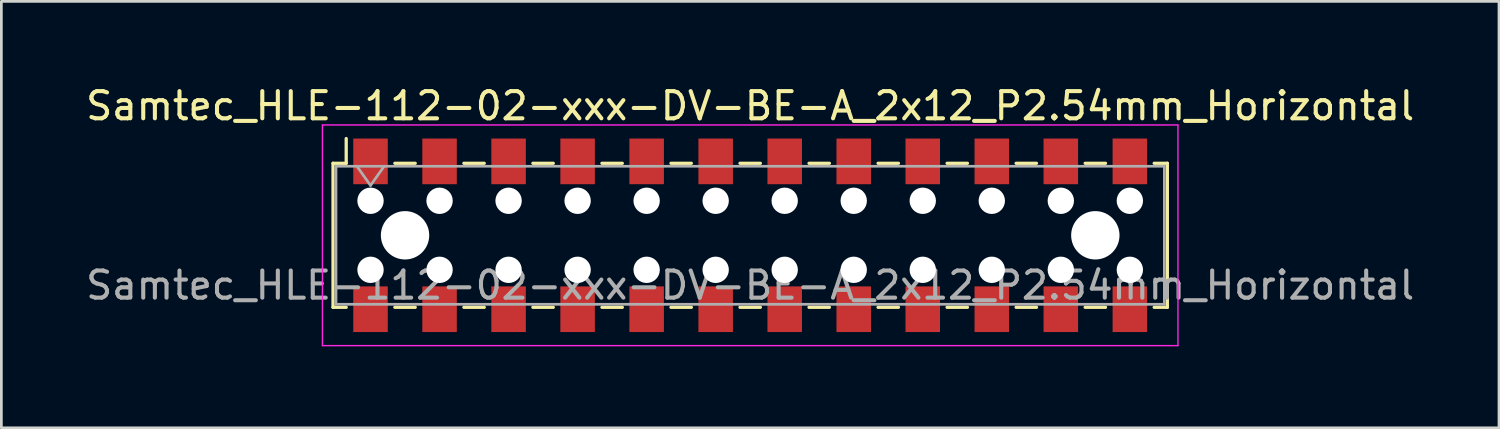
<source format=kicad_pcb>
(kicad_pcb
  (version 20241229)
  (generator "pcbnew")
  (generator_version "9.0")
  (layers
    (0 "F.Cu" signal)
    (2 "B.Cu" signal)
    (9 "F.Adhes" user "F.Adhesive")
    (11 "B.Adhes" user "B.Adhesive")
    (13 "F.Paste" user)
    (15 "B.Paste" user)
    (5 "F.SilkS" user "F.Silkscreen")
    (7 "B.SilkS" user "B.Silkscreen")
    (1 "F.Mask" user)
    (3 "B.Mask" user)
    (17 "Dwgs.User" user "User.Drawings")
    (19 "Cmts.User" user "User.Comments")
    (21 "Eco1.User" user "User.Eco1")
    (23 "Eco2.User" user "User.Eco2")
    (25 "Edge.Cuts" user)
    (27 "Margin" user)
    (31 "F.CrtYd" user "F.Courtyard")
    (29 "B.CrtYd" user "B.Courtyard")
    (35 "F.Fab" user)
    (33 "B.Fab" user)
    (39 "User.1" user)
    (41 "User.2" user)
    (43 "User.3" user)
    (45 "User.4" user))
  (footprint "Samtec_HLE-112-02-xxx-DV-BE-A_2x12_P2.54mm_Horizontal"
    (layer "F.Cu")
    (at 24.554 5.608)
    (property "Reference" "Samtec_HLE-112-02-xxx-DV-BE-A_2x12_P2.54mm_Horizontal" (at 0 -4.76 0) (layer "F.SilkS") (effects (font (size 1 1) (thickness 0.15))))
    (attr smd)
    (fp_line (start -15.35 -2.65) (end -15.35 2.65) (stroke (width 0.12) (type solid)) (layer "F.SilkS"))
    (fp_line (start -15.35 2.65) (end -14.865 2.65) (stroke (width 0.12) (type solid)) (layer "F.SilkS"))
    (fp_line (start -14.865 -3.56) (end -14.865 -2.65) (stroke (width 0.12) (type solid)) (layer "F.SilkS"))
    (fp_line (start -14.865 -2.65) (end -15.35 -2.65) (stroke (width 0.12) (type solid)) (layer "F.SilkS"))
    (fp_line (start -13.075 -2.65) (end -12.325 -2.65) (stroke (width 0.12) (type solid)) (layer "F.SilkS"))
    (fp_line (start -13.075 2.65) (end -12.325 2.65) (stroke (width 0.12) (type solid)) (layer "F.SilkS"))
    (fp_line (start -10.535 -2.65) (end -9.785 -2.65) (stroke (width 0.12) (type solid)) (layer "F.SilkS"))
    (fp_line (start -10.535 2.65) (end -9.785 2.65) (stroke (width 0.12) (type solid)) (layer "F.SilkS"))
    (fp_line (start -7.995 -2.65) (end -7.245 -2.65) (stroke (width 0.12) (type solid)) (layer "F.SilkS"))
    (fp_line (start -7.995 2.65) (end -7.245 2.65) (stroke (width 0.12) (type solid)) (layer "F.SilkS"))
    (fp_line (start -5.455 -2.65) (end -4.705 -2.65) (stroke (width 0.12) (type solid)) (layer "F.SilkS"))
    (fp_line (start -5.455 2.65) (end -4.705 2.65) (stroke (width 0.12) (type solid)) (layer "F.SilkS"))
    (fp_line (start -2.915 -2.65) (end -2.165 -2.65) (stroke (width 0.12) (type solid)) (layer "F.SilkS"))
    (fp_line (start -2.915 2.65) (end -2.165 2.65) (stroke (width 0.12) (type solid)) (layer "F.SilkS"))
    (fp_line (start -0.375 -2.65) (end 0.375 -2.65) (stroke (width 0.12) (type solid)) (layer "F.SilkS"))
    (fp_line (start -0.375 2.65) (end 0.375 2.65) (stroke (width 0.12) (type solid)) (layer "F.SilkS"))
    (fp_line (start 2.165 -2.65) (end 2.915 -2.65) (stroke (width 0.12) (type solid)) (layer "F.SilkS"))
    (fp_line (start 2.165 2.65) (end 2.915 2.65) (stroke (width 0.12) (type solid)) (layer "F.SilkS"))
    (fp_line (start 4.705 -2.65) (end 5.455 -2.65) (stroke (width 0.12) (type solid)) (layer "F.SilkS"))
    (fp_line (start 4.705 2.65) (end 5.455 2.65) (stroke (width 0.12) (type solid)) (layer "F.SilkS"))
    (fp_line (start 7.245 -2.65) (end 7.995 -2.65) (stroke (width 0.12) (type solid)) (layer "F.SilkS"))
    (fp_line (start 7.245 2.65) (end 7.995 2.65) (stroke (width 0.12) (type solid)) (layer "F.SilkS"))
    (fp_line (start 9.785 -2.65) (end 10.535 -2.65) (stroke (width 0.12) (type solid)) (layer "F.SilkS"))
    (fp_line (start 9.785 2.65) (end 10.535 2.65) (stroke (width 0.12) (type solid)) (layer "F.SilkS"))
    (fp_line (start 12.325 -2.65) (end 13.075 -2.65) (stroke (width 0.12) (type solid)) (layer "F.SilkS"))
    (fp_line (start 12.325 2.65) (end 13.075 2.65) (stroke (width 0.12) (type solid)) (layer "F.SilkS"))
    (fp_line (start 14.865 -2.65) (end 15.35 -2.65) (stroke (width 0.12) (type solid)) (layer "F.SilkS"))
    (fp_line (start 15.35 -2.65) (end 15.35 2.65) (stroke (width 0.12) (type solid)) (layer "F.SilkS"))
    (fp_line (start 15.35 2.65) (end 14.865 2.65) (stroke (width 0.12) (type solid)) (layer "F.SilkS"))
    (fp_line (start -15.74 -4.06) (end 15.74 -4.06) (stroke (width 0.05) (type solid)) (layer "F.CrtYd"))
    (fp_line (start -15.74 4.06) (end -15.74 -4.06) (stroke (width 0.05) (type solid)) (layer "F.CrtYd"))
    (fp_line (start 15.74 -4.06) (end 15.74 4.06) (stroke (width 0.05) (type solid)) (layer "F.CrtYd"))
    (fp_line (start 15.74 4.06) (end -15.74 4.06) (stroke (width 0.05) (type solid)) (layer "F.CrtYd"))
    (fp_line (start -15.24 -2.54) (end 15.24 -2.54) (stroke (width 0.1) (type solid)) (layer "F.Fab"))
    (fp_line (start -15.24 2.54) (end -15.24 -2.54) (stroke (width 0.1) (type solid)) (layer "F.Fab"))
    (fp_line (start -14.47 -2.54) (end -13.97 -1.833) (stroke (width 0.1) (type solid)) (layer "F.Fab"))
    (fp_line (start -13.97 -1.833) (end -13.47 -2.54) (stroke (width 0.1) (type solid)) (layer "F.Fab"))
    (fp_line (start 15.24 -2.54) (end 15.24 2.54) (stroke (width 0.1) (type solid)) (layer "F.Fab"))
    (fp_line (start 15.24 2.54) (end -15.24 2.54) (stroke (width 0.1) (type solid)) (layer "F.Fab"))
    (fp_text user "${REFERENCE}" (at 0 1.84 0) (layer "F.Fab") (effects (font (size 1 1) (thickness 0.15))))
    (pad "" np_thru_hole circle (at -13.97 -1.27) (size 0.97 0.97) (drill 0.97) (layers "*.Cu" "*.Mask"))
    (pad "" np_thru_hole circle (at -13.97 1.27) (size 0.97 0.97) (drill 0.97) (layers "*.Cu" "*.Mask"))
    (pad "" np_thru_hole circle (at -12.7 0) (size 1.78 1.78) (drill 1.78) (layers "*.Cu" "*.Mask"))
    (pad "" np_thru_hole circle (at -11.43 -1.27) (size 0.97 0.97) (drill 0.97) (layers "*.Cu" "*.Mask"))
    (pad "" np_thru_hole circle (at -11.43 1.27) (size 0.97 0.97) (drill 0.97) (layers "*.Cu" "*.Mask"))
    (pad "" np_thru_hole circle (at -8.89 -1.27) (size 0.97 0.97) (drill 0.97) (layers "*.Cu" "*.Mask"))
    (pad "" np_thru_hole circle (at -8.89 1.27) (size 0.97 0.97) (drill 0.97) (layers "*.Cu" "*.Mask"))
    (pad "" np_thru_hole circle (at -6.35 -1.27) (size 0.97 0.97) (drill 0.97) (layers "*.Cu" "*.Mask"))
    (pad "" np_thru_hole circle (at -6.35 1.27) (size 0.97 0.97) (drill 0.97) (layers "*.Cu" "*.Mask"))
    (pad "" np_thru_hole circle (at -3.81 -1.27) (size 0.97 0.97) (drill 0.97) (layers "*.Cu" "*.Mask"))
    (pad "" np_thru_hole circle (at -3.81 1.27) (size 0.97 0.97) (drill 0.97) (layers "*.Cu" "*.Mask"))
    (pad "" np_thru_hole circle (at -1.27 -1.27) (size 0.97 0.97) (drill 0.97) (layers "*.Cu" "*.Mask"))
    (pad "" np_thru_hole circle (at -1.27 1.27) (size 0.97 0.97) (drill 0.97) (layers "*.Cu" "*.Mask"))
    (pad "" np_thru_hole circle (at 1.27 -1.27) (size 0.97 0.97) (drill 0.97) (layers "*.Cu" "*.Mask"))
    (pad "" np_thru_hole circle (at 1.27 1.27) (size 0.97 0.97) (drill 0.97) (layers "*.Cu" "*.Mask"))
    (pad "" np_thru_hole circle (at 3.81 -1.27) (size 0.97 0.97) (drill 0.97) (layers "*.Cu" "*.Mask"))
    (pad "" np_thru_hole circle (at 3.81 1.27) (size 0.97 0.97) (drill 0.97) (layers "*.Cu" "*.Mask"))
    (pad "" np_thru_hole circle (at 6.35 -1.27) (size 0.97 0.97) (drill 0.97) (layers "*.Cu" "*.Mask"))
    (pad "" np_thru_hole circle (at 6.35 1.27) (size 0.97 0.97) (drill 0.97) (layers "*.Cu" "*.Mask"))
    (pad "" np_thru_hole circle (at 8.89 -1.27) (size 0.97 0.97) (drill 0.97) (layers "*.Cu" "*.Mask"))
    (pad "" np_thru_hole circle (at 8.89 1.27) (size 0.97 0.97) (drill 0.97) (layers "*.Cu" "*.Mask"))
    (pad "" np_thru_hole circle (at 11.43 -1.27) (size 0.97 0.97) (drill 0.97) (layers "*.Cu" "*.Mask"))
    (pad "" np_thru_hole circle (at 11.43 1.27) (size 0.97 0.97) (drill 0.97) (layers "*.Cu" "*.Mask"))
    (pad "" np_thru_hole circle (at 12.7 0) (size 1.78 1.78) (drill 1.78) (layers "*.Cu" "*.Mask"))
    (pad "" np_thru_hole circle (at 13.97 -1.27) (size 0.97 0.97) (drill 0.97) (layers "*.Cu" "*.Mask"))
    (pad "" np_thru_hole circle (at 13.97 1.27) (size 0.97 0.97) (drill 0.97) (layers "*.Cu" "*.Mask"))
    (pad "1" smd rect (at -13.97 -2.72) (size 1.27 1.68) (layers "F.Cu" "F.Mask" "F.Paste"))
    (pad "2" smd rect (at -13.97 2.72) (size 1.27 1.68) (layers "F.Cu" "F.Mask" "F.Paste"))
    (pad "3" smd rect (at -11.43 -2.72) (size 1.27 1.68) (layers "F.Cu" "F.Mask" "F.Paste"))
    (pad "4" smd rect (at -11.43 2.72) (size 1.27 1.68) (layers "F.Cu" "F.Mask" "F.Paste"))
    (pad "5" smd rect (at -8.89 -2.72) (size 1.27 1.68) (layers "F.Cu" "F.Mask" "F.Paste"))
    (pad "6" smd rect (at -8.89 2.72) (size 1.27 1.68) (layers "F.Cu" "F.Mask" "F.Paste"))
    (pad "7" smd rect (at -6.35 -2.72) (size 1.27 1.68) (layers "F.Cu" "F.Mask" "F.Paste"))
    (pad "8" smd rect (at -6.35 2.72) (size 1.27 1.68) (layers "F.Cu" "F.Mask" "F.Paste"))
    (pad "9" smd rect (at -3.81 -2.72) (size 1.27 1.68) (layers "F.Cu" "F.Mask" "F.Paste"))
    (pad "10" smd rect (at -3.81 2.72) (size 1.27 1.68) (layers "F.Cu" "F.Mask" "F.Paste"))
    (pad "11" smd rect (at -1.27 -2.72) (size 1.27 1.68) (layers "F.Cu" "F.Mask" "F.Paste"))
    (pad "12" smd rect (at -1.27 2.72) (size 1.27 1.68) (layers "F.Cu" "F.Mask" "F.Paste"))
    (pad "13" smd rect (at 1.27 -2.72) (size 1.27 1.68) (layers "F.Cu" "F.Mask" "F.Paste"))
    (pad "14" smd rect (at 1.27 2.72) (size 1.27 1.68) (layers "F.Cu" "F.Mask" "F.Paste"))
    (pad "15" smd rect (at 3.81 -2.72) (size 1.27 1.68) (layers "F.Cu" "F.Mask" "F.Paste"))
    (pad "16" smd rect (at 3.81 2.72) (size 1.27 1.68) (layers "F.Cu" "F.Mask" "F.Paste"))
    (pad "17" smd rect (at 6.35 -2.72) (size 1.27 1.68) (layers "F.Cu" "F.Mask" "F.Paste"))
    (pad "18" smd rect (at 6.35 2.72) (size 1.27 1.68) (layers "F.Cu" "F.Mask" "F.Paste"))
    (pad "19" smd rect (at 8.89 -2.72) (size 1.27 1.68) (layers "F.Cu" "F.Mask" "F.Paste"))
    (pad "20" smd rect (at 8.89 2.72) (size 1.27 1.68) (layers "F.Cu" "F.Mask" "F.Paste"))
    (pad "21" smd rect (at 11.43 -2.72) (size 1.27 1.68) (layers "F.Cu" "F.Mask" "F.Paste"))
    (pad "22" smd rect (at 11.43 2.72) (size 1.27 1.68) (layers "F.Cu" "F.Mask" "F.Paste"))
    (pad "23" smd rect (at 13.97 -2.72) (size 1.27 1.68) (layers "F.Cu" "F.Mask" "F.Paste"))
    (pad "24" smd rect (at 13.97 2.72) (size 1.27 1.68) (layers "F.Cu" "F.Mask" "F.Paste")))
  (gr_rect
    (start -3 -3)
    (end 52.107 12.693)
    (stroke (width 0.1) (type default))
    (fill no)
    (layer "Edge.Cuts")))
</source>
